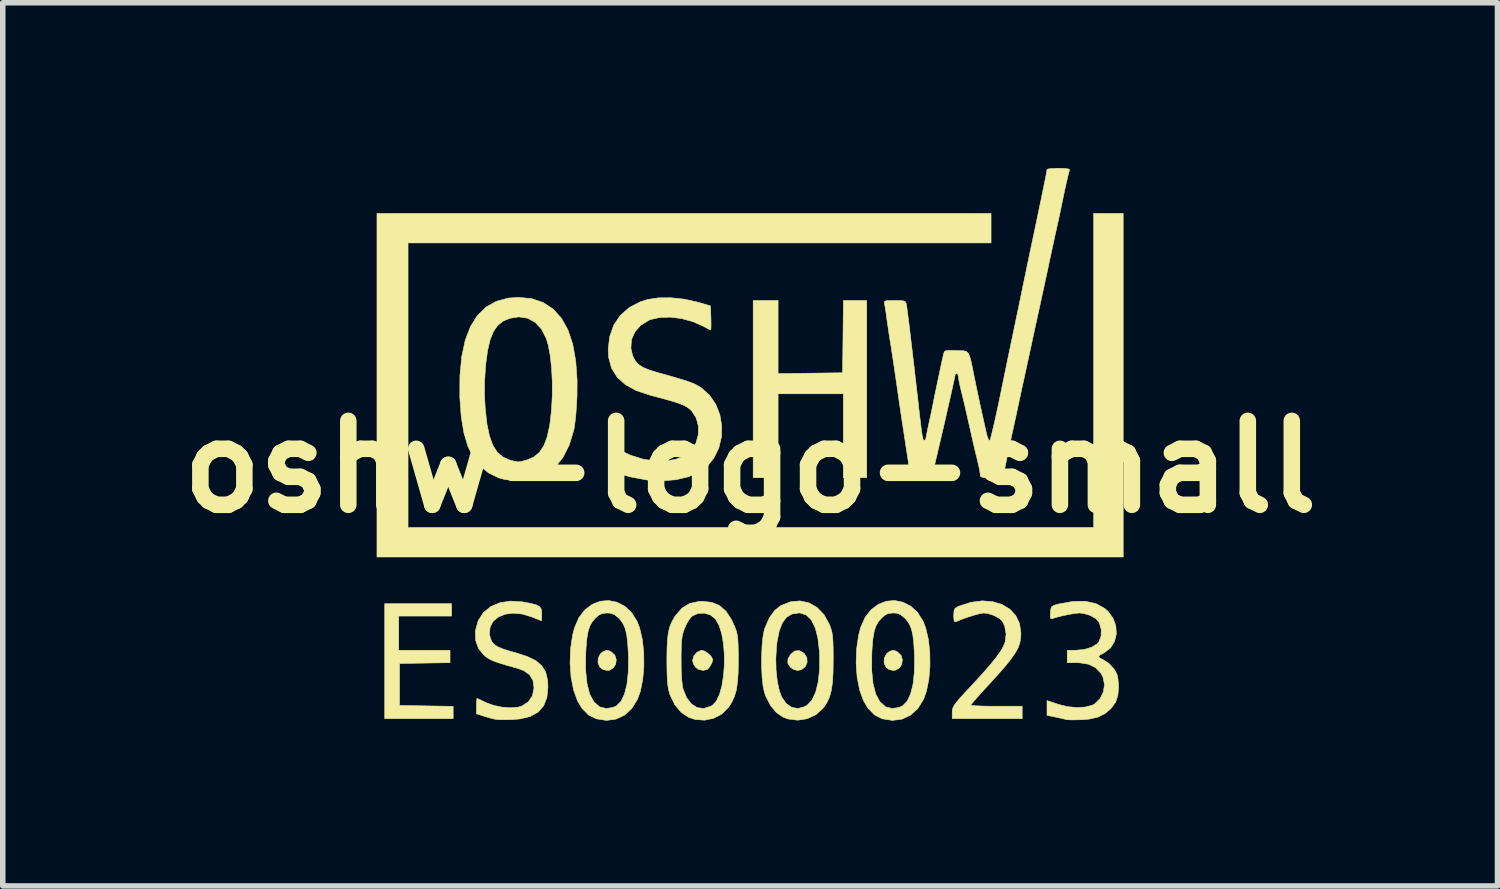
<source format=kicad_pcb>
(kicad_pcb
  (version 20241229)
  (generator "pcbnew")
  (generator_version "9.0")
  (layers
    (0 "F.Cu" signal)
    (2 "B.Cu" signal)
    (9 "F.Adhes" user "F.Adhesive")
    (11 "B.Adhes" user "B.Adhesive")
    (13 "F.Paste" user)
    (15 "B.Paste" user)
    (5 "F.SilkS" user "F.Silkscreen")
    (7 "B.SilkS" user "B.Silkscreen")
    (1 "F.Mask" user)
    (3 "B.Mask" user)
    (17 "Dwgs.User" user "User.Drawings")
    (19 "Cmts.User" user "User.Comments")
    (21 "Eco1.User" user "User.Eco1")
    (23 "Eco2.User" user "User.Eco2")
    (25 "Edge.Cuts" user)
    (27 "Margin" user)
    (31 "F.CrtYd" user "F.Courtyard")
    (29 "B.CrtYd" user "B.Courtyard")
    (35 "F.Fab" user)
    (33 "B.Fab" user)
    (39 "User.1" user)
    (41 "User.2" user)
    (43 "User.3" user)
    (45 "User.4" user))
  (footprint "oshw-logo-small"
    (layer "F.Cu")
    (at 10.566 5.424)
    (property "Reference" "oshw-logo-small" (at 0 0 0) (layer "F.SilkS") (effects (font (size 1.524 1.524) (thickness 0.3))))
    (attr through_hole)
    (fp_poly (pts (xy 4.374 -4.064) (xy -6.209 -4.064) (xy -6.209 1.101) (xy 6.237 1.101) (xy 6.237 -4.6) (xy 6.773 -4.6) (xy 6.773 1.637) (xy -6.773 1.637) (xy -6.773 -4.6) (xy 4.374 -4.6) (xy 4.374 -4.064)) (stroke (width 0.01) (type solid)) (fill yes) (layer "F.SilkS"))
    (fp_poly (pts (xy -5.419 2.709) (xy -6.378 2.709) (xy -6.378 3.33) (xy -5.447 3.33) (xy -5.447 3.555) (xy -6.364 3.57) (xy -6.364 4.332) (xy -5.877 4.34) (xy -5.39 4.348) (xy -5.39 4.572) (xy -6.632 4.572) (xy -6.632 2.484) (xy -5.419 2.484) (xy -5.419 2.709)) (stroke (width 0.01) (type solid)) (fill yes) (layer "F.SilkS"))
    (fp_poly (pts (xy 0.508 -1.692) (xy 1.679 -1.707) (xy 1.687 -2.364) (xy 1.694 -3.02) (xy 2.117 -3.02) (xy 2.117 0.198) (xy 1.693 0.198) (xy 1.693 -1.326) (xy 0.508 -1.326) (xy 0.508 0.198) (xy 0.056 0.198) (xy 0.056 -3.02) (xy 0.508 -3.02) (xy 0.508 -1.692)) (stroke (width 0.01) (type solid)) (fill yes) (layer "F.SilkS"))
    (fp_poly (pts (xy 0.981 3.386) (xy 0.982 3.388) (xy 1.031 3.465) (xy 1.035 3.551) (xy 1.001 3.628) (xy 0.933 3.682) (xy 0.861 3.697) (xy 0.788 3.677) (xy 0.734 3.641) (xy 0.685 3.564) (xy 0.689 3.483) (xy 0.736 3.405) (xy 0.812 3.343) (xy 0.896 3.337) (xy 0.981 3.386)) (stroke (width 0.01) (type solid)) (fill yes) (layer "F.SilkS"))
    (fp_poly (pts (xy -2.562 3.338) (xy -2.519 3.359) (xy -2.454 3.421) (xy -2.429 3.501) (xy -2.44 3.583) (xy -2.484 3.652) (xy -2.557 3.693) (xy -2.596 3.697) (xy -2.673 3.678) (xy -2.721 3.643) (xy -2.761 3.562) (xy -2.757 3.471) (xy -2.714 3.391) (xy -2.674 3.359) (xy -2.612 3.332) (xy -2.562 3.338)) (stroke (width 0.01) (type solid)) (fill yes) (layer "F.SilkS"))
    (fp_poly (pts (xy 2.631 3.338) (xy 2.674 3.359) (xy 2.739 3.421) (xy 2.764 3.501) (xy 2.753 3.583) (xy 2.709 3.652) (xy 2.636 3.693) (xy 2.596 3.697) (xy 2.52 3.678) (xy 2.472 3.643) (xy 2.432 3.562) (xy 2.436 3.471) (xy 2.479 3.391) (xy 2.519 3.359) (xy 2.58 3.332) (xy 2.631 3.338)) (stroke (width 0.01) (type solid)) (fill yes) (layer "F.SilkS"))
    (fp_poly (pts (xy -0.817 3.349) (xy -0.752 3.396) (xy -0.699 3.452) (xy -0.677 3.5) (xy -0.694 3.559) (xy -0.731 3.627) (xy -0.772 3.675) (xy -0.773 3.676) (xy -0.85 3.696) (xy -0.935 3.677) (xy -0.988 3.641) (xy -1.03 3.573) (xy -1.044 3.514) (xy -1.021 3.434) (xy -0.964 3.367) (xy -0.892 3.332) (xy -0.874 3.33) (xy -0.817 3.349)) (stroke (width 0.01) (type solid)) (fill yes) (layer "F.SilkS"))
    (fp_poly (pts (xy 4.405 2.448) (xy 4.573 2.499) (xy 4.715 2.584) (xy 4.823 2.701) (xy 4.892 2.847) (xy 4.916 3.017) (xy 4.912 3.109) (xy 4.897 3.195) (xy 4.867 3.28) (xy 4.817 3.373) (xy 4.745 3.478) (xy 4.646 3.603) (xy 4.515 3.753) (xy 4.35 3.935) (xy 4.304 3.985) (xy 4.202 4.096) (xy 4.115 4.193) (xy 4.05 4.269) (xy 4.013 4.315) (xy 4.008 4.325) (xy 4.034 4.332) (xy 4.108 4.338) (xy 4.22 4.343) (xy 4.36 4.346) (xy 4.473 4.346) (xy 4.939 4.346) (xy 4.939 4.572) (xy 3.669 4.572) (xy 3.669 4.459) (xy 3.671 4.416) (xy 3.682 4.375) (xy 3.706 4.329) (xy 3.749 4.27) (xy 3.816 4.191) (xy 3.913 4.085) (xy 4.014 3.977) (xy 4.199 3.776) (xy 4.346 3.609) (xy 4.459 3.471) (xy 4.541 3.357) (xy 4.597 3.263) (xy 4.629 3.184) (xy 4.631 3.178) (xy 4.647 3.035) (xy 4.623 2.894) (xy 4.582 2.806) (xy 4.52 2.748) (xy 4.423 2.697) (xy 4.315 2.662) (xy 4.24 2.654) (xy 4.175 2.664) (xy 4.076 2.69) (xy 3.958 2.727) (xy 3.838 2.769) (xy 3.747 2.807) (xy 3.716 2.813) (xy 3.702 2.789) (xy 3.697 2.723) (xy 3.697 2.699) (xy 3.701 2.617) (xy 3.719 2.572) (xy 3.765 2.541) (xy 3.799 2.526) (xy 4.012 2.459) (xy 4.216 2.433) (xy 4.405 2.448)) (stroke (width 0.01) (type solid)) (fill yes) (layer "F.SilkS"))
    (fp_poly (pts (xy -2.419 2.457) (xy -2.278 2.529) (xy -2.153 2.644) (xy -2.053 2.801) (xy -2.005 2.925) (xy -1.955 3.141) (xy -1.93 3.379) (xy -1.928 3.625) (xy -1.949 3.862) (xy -1.992 4.075) (xy -2.044 4.219) (xy -2.146 4.385) (xy -2.279 4.507) (xy -2.435 4.58) (xy -2.61 4.603) (xy -2.798 4.573) (xy -2.798 4.573) (xy -2.936 4.502) (xy -3.054 4.38) (xy -3.133 4.248) (xy -3.204 4.05) (xy -3.25 3.817) (xy -3.258 3.699) (xy -2.985 3.699) (xy -2.96 3.938) (xy -2.911 4.127) (xy -2.837 4.265) (xy -2.738 4.352) (xy -2.726 4.359) (xy -2.611 4.387) (xy -2.488 4.368) (xy -2.423 4.337) (xy -2.342 4.255) (xy -2.279 4.123) (xy -2.235 3.946) (xy -2.211 3.726) (xy -2.207 3.47) (xy -2.209 3.409) (xy -2.221 3.211) (xy -2.238 3.06) (xy -2.264 2.944) (xy -2.302 2.854) (xy -2.353 2.78) (xy -2.385 2.746) (xy -2.459 2.684) (xy -2.531 2.657) (xy -2.596 2.653) (xy -2.685 2.662) (xy -2.755 2.698) (xy -2.808 2.746) (xy -2.868 2.816) (xy -2.912 2.897) (xy -2.943 2.998) (xy -2.965 3.13) (xy -2.979 3.304) (xy -2.984 3.409) (xy -2.985 3.699) (xy -3.258 3.699) (xy -3.268 3.563) (xy -3.259 3.304) (xy -3.222 3.055) (xy -3.186 2.919) (xy -3.106 2.735) (xy -2.996 2.594) (xy -2.865 2.496) (xy -2.72 2.44) (xy -2.569 2.427) (xy -2.419 2.457)) (stroke (width 0.01) (type solid)) (fill yes) (layer "F.SilkS"))
    (fp_poly (pts (xy 2.774 2.457) (xy 2.915 2.529) (xy 3.04 2.644) (xy 3.14 2.801) (xy 3.188 2.925) (xy 3.238 3.141) (xy 3.263 3.379) (xy 3.265 3.625) (xy 3.244 3.862) (xy 3.201 4.075) (xy 3.149 4.219) (xy 3.047 4.385) (xy 2.914 4.507) (xy 2.758 4.58) (xy 2.583 4.603) (xy 2.395 4.573) (xy 2.395 4.573) (xy 2.257 4.502) (xy 2.139 4.38) (xy 2.06 4.248) (xy 1.988 4.05) (xy 1.943 3.817) (xy 1.934 3.699) (xy 2.208 3.699) (xy 2.232 3.938) (xy 2.282 4.127) (xy 2.356 4.265) (xy 2.455 4.352) (xy 2.467 4.359) (xy 2.582 4.387) (xy 2.705 4.368) (xy 2.77 4.337) (xy 2.851 4.255) (xy 2.914 4.123) (xy 2.958 3.946) (xy 2.982 3.726) (xy 2.986 3.47) (xy 2.984 3.409) (xy 2.972 3.211) (xy 2.955 3.06) (xy 2.929 2.944) (xy 2.891 2.854) (xy 2.84 2.78) (xy 2.808 2.746) (xy 2.734 2.684) (xy 2.662 2.657) (xy 2.596 2.653) (xy 2.508 2.662) (xy 2.438 2.698) (xy 2.385 2.746) (xy 2.325 2.816) (xy 2.281 2.897) (xy 2.25 2.998) (xy 2.228 3.13) (xy 2.214 3.304) (xy 2.209 3.409) (xy 2.208 3.699) (xy 1.934 3.699) (xy 1.925 3.563) (xy 1.934 3.304) (xy 1.971 3.055) (xy 2.006 2.919) (xy 2.087 2.735) (xy 2.197 2.594) (xy 2.328 2.496) (xy 2.473 2.44) (xy 2.624 2.427) (xy 2.774 2.457)) (stroke (width 0.01) (type solid)) (fill yes) (layer "F.SilkS"))
    (fp_poly (pts (xy 1.068 2.469) (xy 1.215 2.553) (xy 1.341 2.683) (xy 1.438 2.857) (xy 1.442 2.868) (xy 1.467 2.936) (xy 1.485 3.001) (xy 1.497 3.074) (xy 1.504 3.168) (xy 1.508 3.293) (xy 1.509 3.461) (xy 1.509 3.5) (xy 1.506 3.731) (xy 1.495 3.917) (xy 1.473 4.064) (xy 1.44 4.184) (xy 1.391 4.286) (xy 1.327 4.379) (xy 1.318 4.389) (xy 1.191 4.502) (xy 1.035 4.573) (xy 0.865 4.599) (xy 0.692 4.578) (xy 0.601 4.545) (xy 0.478 4.461) (xy 0.37 4.331) (xy 0.285 4.165) (xy 0.26 4.094) (xy 0.235 3.974) (xy 0.218 3.815) (xy 0.209 3.632) (xy 0.209 3.479) (xy 0.467 3.479) (xy 0.472 3.695) (xy 0.494 3.895) (xy 0.531 4.067) (xy 0.572 4.177) (xy 0.655 4.296) (xy 0.757 4.367) (xy 0.871 4.387) (xy 0.99 4.354) (xy 1.042 4.322) (xy 1.126 4.23) (xy 1.191 4.089) (xy 1.236 3.907) (xy 1.261 3.688) (xy 1.263 3.44) (xy 1.259 3.352) (xy 1.231 3.111) (xy 1.182 2.92) (xy 1.112 2.78) (xy 1.021 2.691) (xy 0.909 2.654) (xy 0.884 2.653) (xy 0.76 2.672) (xy 0.661 2.731) (xy 0.585 2.833) (xy 0.528 2.981) (xy 0.489 3.18) (xy 0.48 3.262) (xy 0.467 3.479) (xy 0.209 3.479) (xy 0.209 3.441) (xy 0.217 3.255) (xy 0.233 3.091) (xy 0.257 2.964) (xy 0.266 2.935) (xy 0.348 2.745) (xy 0.447 2.607) (xy 0.558 2.519) (xy 0.732 2.45) (xy 0.904 2.434) (xy 1.068 2.469)) (stroke (width 0.01) (type solid)) (fill yes) (layer "F.SilkS"))
    (fp_poly (pts (xy -0.694 2.461) (xy -0.555 2.519) (xy -0.438 2.621) (xy -0.339 2.771) (xy -0.275 2.911) (xy -0.251 2.977) (xy -0.234 3.046) (xy -0.223 3.128) (xy -0.217 3.235) (xy -0.214 3.379) (xy -0.213 3.5) (xy -0.216 3.726) (xy -0.228 3.907) (xy -0.25 4.053) (xy -0.286 4.174) (xy -0.337 4.281) (xy -0.396 4.371) (xy -0.514 4.488) (xy -0.662 4.565) (xy -0.827 4.599) (xy -0.998 4.586) (xy -1.117 4.547) (xy -1.253 4.455) (xy -1.366 4.319) (xy -1.451 4.145) (xy -1.458 4.125) (xy -1.479 4.048) (xy -1.494 3.963) (xy -1.503 3.857) (xy -1.508 3.719) (xy -1.51 3.537) (xy -1.51 3.514) (xy -1.51 3.5) (xy -1.252 3.5) (xy -1.25 3.699) (xy -1.241 3.865) (xy -1.227 3.987) (xy -1.216 4.036) (xy -1.152 4.192) (xy -1.064 4.305) (xy -0.96 4.371) (xy -0.843 4.387) (xy -0.72 4.35) (xy -0.682 4.328) (xy -0.612 4.253) (xy -0.555 4.132) (xy -0.512 3.978) (xy -0.483 3.798) (xy -0.468 3.604) (xy -0.468 3.406) (xy -0.483 3.213) (xy -0.514 3.036) (xy -0.56 2.885) (xy -0.622 2.771) (xy -0.627 2.763) (xy -0.718 2.691) (xy -0.831 2.656) (xy -0.949 2.662) (xy -1.053 2.71) (xy -1.053 2.71) (xy -1.103 2.768) (xy -1.156 2.857) (xy -1.188 2.929) (xy -1.214 3.001) (xy -1.232 3.074) (xy -1.243 3.159) (xy -1.249 3.269) (xy -1.252 3.417) (xy -1.252 3.5) (xy -1.51 3.5) (xy -1.508 3.306) (xy -1.5 3.144) (xy -1.485 3.017) (xy -1.461 2.914) (xy -1.425 2.823) (xy -1.375 2.734) (xy -1.347 2.693) (xy -1.233 2.562) (xy -1.098 2.481) (xy -0.933 2.445) (xy -0.861 2.442) (xy -0.694 2.461)) (stroke (width 0.01) (type solid)) (fill yes) (layer "F.SilkS"))
    (fp_poly (pts (xy 6.28 2.484) (xy 6.439 2.572) (xy 6.494 2.621) (xy 6.588 2.747) (xy 6.639 2.888) (xy 6.648 3.031) (xy 6.616 3.167) (xy 6.545 3.284) (xy 6.436 3.371) (xy 6.421 3.378) (xy 6.348 3.418) (xy 6.327 3.449) (xy 6.358 3.478) (xy 6.403 3.498) (xy 6.511 3.567) (xy 6.605 3.667) (xy 6.659 3.762) (xy 6.676 3.837) (xy 6.687 3.939) (xy 6.689 3.993) (xy 6.676 4.149) (xy 6.636 4.271) (xy 6.56 4.376) (xy 6.553 4.384) (xy 6.44 4.481) (xy 6.311 4.545) (xy 6.151 4.58) (xy 6.011 4.591) (xy 5.899 4.593) (xy 5.807 4.593) (xy 5.751 4.59) (xy 5.743 4.589) (xy 5.702 4.578) (xy 5.624 4.56) (xy 5.553 4.545) (xy 5.39 4.512) (xy 5.39 4.243) (xy 5.595 4.312) (xy 5.761 4.353) (xy 5.93 4.37) (xy 6.084 4.361) (xy 6.21 4.328) (xy 6.252 4.306) (xy 6.353 4.209) (xy 6.414 4.085) (xy 6.433 3.949) (xy 6.405 3.815) (xy 6.371 3.751) (xy 6.273 3.647) (xy 6.144 3.583) (xy 5.978 3.557) (xy 5.934 3.556) (xy 5.757 3.556) (xy 5.757 3.33) (xy 5.912 3.33) (xy 6.064 3.316) (xy 6.198 3.275) (xy 6.298 3.214) (xy 6.334 3.174) (xy 6.371 3.074) (xy 6.374 2.955) (xy 6.344 2.84) (xy 6.337 2.824) (xy 6.274 2.754) (xy 6.174 2.697) (xy 6.055 2.661) (xy 5.975 2.653) (xy 5.896 2.661) (xy 5.784 2.68) (xy 5.662 2.706) (xy 5.553 2.734) (xy 5.494 2.753) (xy 5.463 2.759) (xy 5.45 2.736) (xy 5.451 2.672) (xy 5.452 2.65) (xy 5.46 2.576) (xy 5.479 2.536) (xy 5.525 2.511) (xy 5.602 2.49) (xy 5.862 2.443) (xy 6.087 2.441) (xy 6.28 2.484)) (stroke (width 0.01) (type solid)) (fill yes) (layer "F.SilkS"))
    (fp_poly (pts (xy -3.964 -3.053) (xy -3.754 -2.981) (xy -3.574 -2.863) (xy -3.425 -2.698) (xy -3.307 -2.486) (xy -3.22 -2.228) (xy -3.165 -1.923) (xy -3.14 -1.572) (xy -3.142 -1.284) (xy -3.151 -1.116) (xy -3.163 -0.949) (xy -3.179 -0.801) (xy -3.196 -0.688) (xy -3.201 -0.666) (xy -3.282 -0.398) (xy -3.395 -0.173) (xy -3.539 0.006) (xy -3.713 0.139) (xy -3.769 0.168) (xy -3.916 0.217) (xy -4.093 0.245) (xy -4.28 0.249) (xy -4.455 0.23) (xy -4.562 0.201) (xy -4.746 0.111) (xy -4.9 -0.012) (xy -5.025 -0.173) (xy -5.123 -0.374) (xy -5.195 -0.617) (xy -5.243 -0.906) (xy -5.268 -1.245) (xy -5.269 -1.27) (xy -5.268 -1.523) (xy -4.821 -1.523) (xy -4.821 -1.279) (xy -4.806 -1.037) (xy -4.776 -0.773) (xy -4.731 -0.56) (xy -4.671 -0.393) (xy -4.592 -0.269) (xy -4.493 -0.181) (xy -4.379 -0.129) (xy -4.286 -0.102) (xy -4.222 -0.09) (xy -4.162 -0.095) (xy -4.083 -0.116) (xy -4.043 -0.127) (xy -3.921 -0.181) (xy -3.822 -0.265) (xy -3.743 -0.384) (xy -3.683 -0.543) (xy -3.638 -0.748) (xy -3.607 -1.002) (xy -3.604 -1.037) (xy -3.591 -1.29) (xy -3.591 -1.546) (xy -3.603 -1.792) (xy -3.628 -2.016) (xy -3.663 -2.207) (xy -3.699 -2.328) (xy -3.786 -2.499) (xy -3.901 -2.623) (xy -4.04 -2.698) (xy -4.199 -2.722) (xy -4.363 -2.696) (xy -4.483 -2.645) (xy -4.582 -2.566) (xy -4.66 -2.455) (xy -4.72 -2.305) (xy -4.765 -2.111) (xy -4.798 -1.869) (xy -4.805 -1.785) (xy -4.821 -1.523) (xy -5.268 -1.523) (xy -5.267 -1.659) (xy -5.234 -2.001) (xy -5.171 -2.296) (xy -5.077 -2.544) (xy -4.951 -2.744) (xy -4.795 -2.898) (xy -4.608 -3.004) (xy -4.39 -3.063) (xy -4.205 -3.076) (xy -3.964 -3.053)) (stroke (width 0.01) (type solid)) (fill yes) (layer "F.SilkS"))
    (fp_poly (pts (xy -4.135 2.451) (xy -4.112 2.455) (xy -3.971 2.482) (xy -3.877 2.508) (xy -3.821 2.538) (xy -3.792 2.579) (xy -3.782 2.637) (xy -3.782 2.672) (xy -3.783 2.746) (xy -3.787 2.789) (xy -3.789 2.794) (xy -3.816 2.784) (xy -3.882 2.758) (xy -3.965 2.724) (xy -4.138 2.672) (xy -4.301 2.657) (xy -4.448 2.676) (xy -4.571 2.727) (xy -4.664 2.804) (xy -4.719 2.906) (xy -4.732 3.028) (xy -4.716 3.105) (xy -4.69 3.17) (xy -4.648 3.222) (xy -4.583 3.266) (xy -4.485 3.307) (xy -4.346 3.351) (xy -4.249 3.377) (xy -4.044 3.443) (xy -3.889 3.519) (xy -3.78 3.612) (xy -3.71 3.728) (xy -3.676 3.872) (xy -3.669 3.994) (xy -3.688 4.184) (xy -3.747 4.336) (xy -3.846 4.451) (xy -3.988 4.531) (xy -4.174 4.576) (xy -4.317 4.588) (xy -4.437 4.59) (xy -4.543 4.589) (xy -4.616 4.584) (xy -4.628 4.582) (xy -4.698 4.566) (xy -4.791 4.539) (xy -4.833 4.526) (xy -4.967 4.483) (xy -4.967 4.344) (xy -4.965 4.264) (xy -4.959 4.214) (xy -4.955 4.205) (xy -4.926 4.217) (xy -4.861 4.247) (xy -4.794 4.28) (xy -4.664 4.329) (xy -4.513 4.361) (xy -4.361 4.374) (xy -4.226 4.366) (xy -4.149 4.346) (xy -4.028 4.269) (xy -3.952 4.158) (xy -3.923 4.018) (xy -3.923 4.008) (xy -3.942 3.874) (xy -4.004 3.773) (xy -4.111 3.698) (xy -4.227 3.656) (xy -4.405 3.607) (xy -4.538 3.567) (xy -4.635 3.534) (xy -4.707 3.503) (xy -4.762 3.472) (xy -4.811 3.435) (xy -4.826 3.423) (xy -4.929 3.3) (xy -4.982 3.151) (xy -4.986 2.978) (xy -4.984 2.968) (xy -4.935 2.792) (xy -4.842 2.648) (xy -4.711 2.539) (xy -4.546 2.468) (xy -4.352 2.438) (xy -4.135 2.451)) (stroke (width 0.01) (type solid)) (fill yes) (layer "F.SilkS"))
    (fp_poly (pts (xy -1.199 -3.044) (xy -0.964 -2.992) (xy -0.945 -2.987) (xy -0.72 -2.921) (xy -0.711 -2.702) (xy -0.709 -2.599) (xy -0.71 -2.522) (xy -0.714 -2.485) (xy -0.715 -2.484) (xy -0.744 -2.496) (xy -0.806 -2.528) (xy -0.85 -2.552) (xy -1.038 -2.635) (xy -1.242 -2.691) (xy -1.447 -2.717) (xy -1.64 -2.711) (xy -1.806 -2.674) (xy -1.834 -2.662) (xy -1.984 -2.57) (xy -2.092 -2.449) (xy -2.153 -2.307) (xy -2.164 -2.152) (xy -2.132 -2.017) (xy -2.089 -1.93) (xy -2.031 -1.862) (xy -1.946 -1.806) (xy -1.826 -1.756) (xy -1.662 -1.706) (xy -1.456 -1.649) (xy -1.296 -1.602) (xy -1.174 -1.565) (xy -1.081 -1.533) (xy -1.01 -1.504) (xy -0.952 -1.474) (xy -0.898 -1.441) (xy -0.886 -1.433) (xy -0.736 -1.3) (xy -0.623 -1.135) (xy -0.549 -0.946) (xy -0.515 -0.745) (xy -0.521 -0.54) (xy -0.568 -0.341) (xy -0.657 -0.159) (xy -0.762 -0.028) (xy -0.92 0.092) (xy -1.117 0.18) (xy -1.346 0.234) (xy -1.6 0.255) (xy -1.869 0.24) (xy -2.148 0.188) (xy -2.164 0.184) (xy -2.313 0.145) (xy -2.417 0.113) (xy -2.483 0.081) (xy -2.52 0.039) (xy -2.536 -0.019) (xy -2.54 -0.102) (xy -2.54 -0.172) (xy -2.54 -0.399) (xy -2.392 -0.315) (xy -2.171 -0.21) (xy -1.947 -0.14) (xy -1.727 -0.105) (xy -1.519 -0.105) (xy -1.332 -0.142) (xy -1.173 -0.213) (xy -1.069 -0.3) (xy -0.983 -0.432) (xy -0.94 -0.583) (xy -0.938 -0.739) (xy -0.978 -0.887) (xy -1.059 -1.013) (xy -1.092 -1.045) (xy -1.138 -1.08) (xy -1.197 -1.113) (xy -1.276 -1.146) (xy -1.383 -1.182) (xy -1.525 -1.223) (xy -1.711 -1.273) (xy -1.819 -1.301) (xy -2.067 -1.384) (xy -2.265 -1.493) (xy -2.414 -1.629) (xy -2.515 -1.792) (xy -2.567 -1.984) (xy -2.576 -2.124) (xy -2.549 -2.362) (xy -2.475 -2.572) (xy -2.355 -2.75) (xy -2.192 -2.892) (xy -1.989 -2.997) (xy -1.863 -3.037) (xy -1.666 -3.067) (xy -1.439 -3.069) (xy -1.199 -3.044)) (stroke (width 0.01) (type solid)) (fill yes) (layer "F.SilkS"))
    (fp_poly (pts (xy 5.706 -5.416) (xy 5.776 -5.407) (xy 5.802 -5.395) (xy 5.801 -5.393) (xy 5.789 -5.355) (xy 5.768 -5.272) (xy 5.74 -5.153) (xy 5.708 -5.008) (xy 5.674 -4.846) (xy 5.644 -4.699) (xy 5.627 -4.619) (xy 5.603 -4.505) (xy 5.574 -4.377) (xy 5.565 -4.332) (xy 5.538 -4.214) (xy 5.504 -4.057) (xy 5.466 -3.879) (xy 5.426 -3.696) (xy 5.409 -3.612) (xy 5.37 -3.432) (xy 5.33 -3.246) (xy 5.292 -3.073) (xy 5.261 -2.929) (xy 5.25 -2.879) (xy 5.22 -2.743) (xy 5.183 -2.574) (xy 5.144 -2.394) (xy 5.109 -2.23) (xy 5.072 -2.059) (xy 5.033 -1.879) (xy 4.996 -1.711) (xy 4.968 -1.58) (xy 4.935 -1.432) (xy 4.901 -1.273) (xy 4.871 -1.134) (xy 4.864 -1.101) (xy 4.836 -0.967) (xy 4.805 -0.827) (xy 4.782 -0.72) (xy 4.761 -0.626) (xy 4.733 -0.494) (xy 4.7 -0.341) (xy 4.667 -0.185) (xy 4.666 -0.176) (xy 4.587 0.198) (xy 4.382 0.198) (xy 4.276 0.196) (xy 4.215 0.19) (xy 4.186 0.176) (xy 4.177 0.149) (xy 4.177 0.136) (xy 4.17 0.08) (xy 4.152 -0.013) (xy 4.126 -0.123) (xy 4.122 -0.139) (xy 4.095 -0.249) (xy 4.06 -0.396) (xy 4.022 -0.562) (xy 3.985 -0.728) (xy 3.98 -0.748) (xy 3.943 -0.913) (xy 3.905 -1.08) (xy 3.869 -1.231) (xy 3.84 -1.347) (xy 3.838 -1.358) (xy 3.811 -1.469) (xy 3.791 -1.565) (xy 3.782 -1.627) (xy 3.782 -1.633) (xy 3.771 -1.681) (xy 3.754 -1.693) (xy 3.726 -1.683) (xy 3.725 -1.68) (xy 3.719 -1.65) (xy 3.703 -1.573) (xy 3.678 -1.46) (xy 3.647 -1.32) (xy 3.611 -1.162) (xy 3.573 -0.996) (xy 3.536 -0.831) (xy 3.5 -0.675) (xy 3.468 -0.54) (xy 3.444 -0.437) (xy 3.411 -0.295) (xy 3.374 -0.139) (xy 3.343 -0.007) (xy 3.296 0.198) (xy 2.91 0.198) (xy 2.893 0.064) (xy 2.882 -0.018) (xy 2.865 -0.138) (xy 2.843 -0.281) (xy 2.821 -0.423) (xy 2.792 -0.616) (xy 2.762 -0.81) (xy 2.731 -1.017) (xy 2.697 -1.25) (xy 2.658 -1.522) (xy 2.639 -1.651) (xy 2.615 -1.816) (xy 2.586 -2.007) (xy 2.557 -2.197) (xy 2.54 -2.3) (xy 2.517 -2.448) (xy 2.496 -2.59) (xy 2.479 -2.709) (xy 2.47 -2.78) (xy 2.456 -2.873) (xy 2.443 -2.947) (xy 2.438 -2.97) (xy 2.436 -2.996) (xy 2.458 -3.011) (xy 2.514 -3.018) (xy 2.615 -3.02) (xy 2.622 -3.02) (xy 2.727 -3.018) (xy 2.788 -3.011) (xy 2.819 -2.995) (xy 2.833 -2.965) (xy 2.835 -2.956) (xy 2.843 -2.91) (xy 2.854 -2.831) (xy 2.869 -2.715) (xy 2.889 -2.559) (xy 2.912 -2.362) (xy 2.941 -2.12) (xy 2.975 -1.831) (xy 3.014 -1.492) (xy 3.059 -1.099) (xy 3.063 -1.058) (xy 3.086 -0.864) (xy 3.103 -0.719) (xy 3.117 -0.615) (xy 3.128 -0.547) (xy 3.138 -0.506) (xy 3.147 -0.486) (xy 3.158 -0.48) (xy 3.162 -0.48) (xy 3.189 -0.498) (xy 3.189 -0.503) (xy 3.195 -0.539) (xy 3.21 -0.617) (xy 3.232 -0.723) (xy 3.247 -0.792) (xy 3.276 -0.925) (xy 3.303 -1.053) (xy 3.324 -1.155) (xy 3.329 -1.185) (xy 3.345 -1.263) (xy 3.369 -1.379) (xy 3.398 -1.519) (xy 3.43 -1.668) (xy 3.46 -1.812) (xy 3.487 -1.936) (xy 3.508 -2.027) (xy 3.514 -2.054) (xy 3.525 -2.087) (xy 3.549 -2.106) (xy 3.596 -2.113) (xy 3.681 -2.113) (xy 3.745 -2.111) (xy 3.825 -2.109) (xy 3.883 -2.105) (xy 3.927 -2.093) (xy 3.959 -2.064) (xy 3.984 -2.012) (xy 4.008 -1.929) (xy 4.034 -1.808) (xy 4.067 -1.641) (xy 4.08 -1.58) (xy 4.111 -1.427) (xy 4.143 -1.276) (xy 4.171 -1.145) (xy 4.19 -1.058) (xy 4.216 -0.943) (xy 4.247 -0.802) (xy 4.276 -0.668) (xy 4.302 -0.562) (xy 4.327 -0.494) (xy 4.346 -0.47) (xy 4.349 -0.471) (xy 4.363 -0.506) (xy 4.385 -0.591) (xy 4.416 -0.721) (xy 4.455 -0.889) (xy 4.499 -1.091) (xy 4.547 -1.322) (xy 4.599 -1.575) (xy 4.629 -1.722) (xy 4.643 -1.789) (xy 4.666 -1.9) (xy 4.696 -2.045) (xy 4.731 -2.212) (xy 4.768 -2.39) (xy 4.77 -2.399) (xy 4.807 -2.577) (xy 4.842 -2.745) (xy 4.873 -2.891) (xy 4.896 -3.004) (xy 4.911 -3.074) (xy 4.911 -3.076) (xy 4.926 -3.147) (xy 4.949 -3.263) (xy 4.981 -3.413) (xy 5.017 -3.588) (xy 5.056 -3.775) (xy 5.096 -3.966) (xy 5.135 -4.149) (xy 5.17 -4.315) (xy 5.199 -4.452) (xy 5.206 -4.487) (xy 5.244 -4.669) (xy 5.282 -4.848) (xy 5.316 -5.016) (xy 5.346 -5.164) (xy 5.37 -5.282) (xy 5.385 -5.363) (xy 5.39 -5.397) (xy 5.416 -5.408) (xy 5.485 -5.415) (xy 5.583 -5.419) (xy 5.604 -5.419) (xy 5.706 -5.416)) (stroke (width 0.01) (type solid)) (fill yes) (layer "F.SilkS")))
  (gr_rect
    (start -3 -3)
    (end 24.133 13.032)
    (stroke (width 0.1) (type default))
    (fill no)
    (layer "Edge.Cuts")))
</source>
